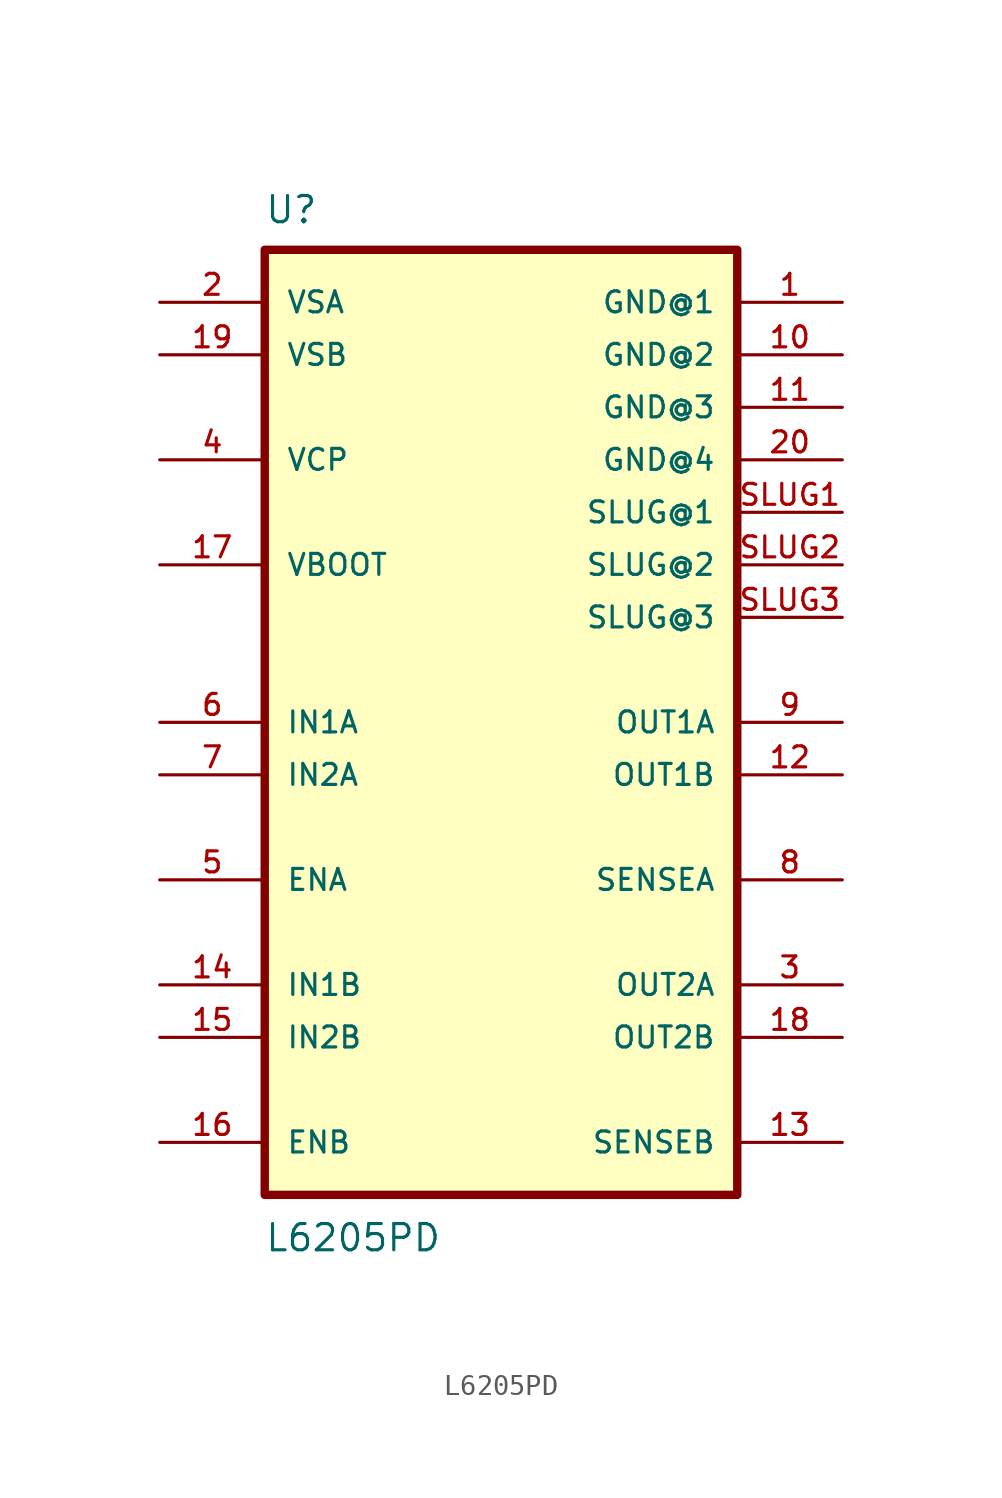
<source format=kicad_sym>
(kicad_symbol_lib
  (version 20210619)
  (generator kicad_symbol_editor)
  (symbol "L6205PD:L6205PD"
    (pin_names
      (offset 1.016))
    (property "Reference" "U"
      (at -10.185 24.054 0)
      (effects (font (size 1.27 1.27)) (justify left bottom)))
    (property "Value" "L6205PD"
      (at -10.185 -25.679 0)
      (effects (font (size 1.27 1.27)) (justify left bottom)))
    (symbol "L6205PD_0_0"
      (rectangle (start -10.16 -22.86) (end 12.7 22.86) (stroke (width 0.406)) (fill (type background)))
      (pin power_in line (at 17.78 20.32 180) (length 5.08) (name "GND@1" (effects (font (size 1.016 1.016)))) (number "1" (effects (font (size 1.016 1.016)))))
      (pin power_in line (at 17.78 17.78 180) (length 5.08) (name "GND@2" (effects (font (size 1.016 1.016)))) (number "10" (effects (font (size 1.016 1.016)))))
      (pin power_in line (at 17.78 15.24 180) (length 5.08) (name "GND@3" (effects (font (size 1.016 1.016)))) (number "11" (effects (font (size 1.016 1.016)))))
      (pin output line (at 17.78 -2.54 180) (length 5.08) (name "OUT1B" (effects (font (size 1.016 1.016)))) (number "12" (effects (font (size 1.016 1.016)))))
      (pin power_in line (at 17.78 -20.32 180) (length 5.08) (name "SENSEB" (effects (font (size 1.016 1.016)))) (number "13" (effects (font (size 1.016 1.016)))))
      (pin input line (at -15.24 -12.7 0) (length 5.08) (name "IN1B" (effects (font (size 1.016 1.016)))) (number "14" (effects (font (size 1.016 1.016)))))
      (pin input line (at -15.24 -15.24 0) (length 5.08) (name "IN2B" (effects (font (size 1.016 1.016)))) (number "15" (effects (font (size 1.016 1.016)))))
      (pin bidirectional line (at -15.24 -20.32 0) (length 5.08) (name "ENB" (effects (font (size 1.016 1.016)))) (number "16" (effects (font (size 1.016 1.016)))))
      (pin passive line (at -15.24 7.62 0) (length 5.08) (name "VBOOT" (effects (font (size 1.016 1.016)))) (number "17" (effects (font (size 1.016 1.016)))))
      (pin output line (at 17.78 -15.24 180) (length 5.08) (name "OUT2B" (effects (font (size 1.016 1.016)))) (number "18" (effects (font (size 1.016 1.016)))))
      (pin power_in line (at -15.24 17.78 0) (length 5.08) (name "VSB" (effects (font (size 1.016 1.016)))) (number "19" (effects (font (size 1.016 1.016)))))
      (pin power_in line (at -15.24 20.32 0) (length 5.08) (name "VSA" (effects (font (size 1.016 1.016)))) (number "2" (effects (font (size 1.016 1.016)))))
      (pin power_in line (at 17.78 12.7 180) (length 5.08) (name "GND@4" (effects (font (size 1.016 1.016)))) (number "20" (effects (font (size 1.016 1.016)))))
      (pin output line (at 17.78 -12.7 180) (length 5.08) (name "OUT2A" (effects (font (size 1.016 1.016)))) (number "3" (effects (font (size 1.016 1.016)))))
      (pin passive line (at -15.24 12.7 0) (length 5.08) (name "VCP" (effects (font (size 1.016 1.016)))) (number "4" (effects (font (size 1.016 1.016)))))
      (pin bidirectional line (at -15.24 -7.62 0) (length 5.08) (name "ENA" (effects (font (size 1.016 1.016)))) (number "5" (effects (font (size 1.016 1.016)))))
      (pin input line (at -15.24 0 0) (length 5.08) (name "IN1A" (effects (font (size 1.016 1.016)))) (number "6" (effects (font (size 1.016 1.016)))))
      (pin input line (at -15.24 -2.54 0) (length 5.08) (name "IN2A" (effects (font (size 1.016 1.016)))) (number "7" (effects (font (size 1.016 1.016)))))
      (pin power_in line (at 17.78 -7.62 180) (length 5.08) (name "SENSEA" (effects (font (size 1.016 1.016)))) (number "8" (effects (font (size 1.016 1.016)))))
      (pin output line (at 17.78 0 180) (length 5.08) (name "OUT1A" (effects (font (size 1.016 1.016)))) (number "9" (effects (font (size 1.016 1.016)))))
      (pin power_in line (at 17.78 10.16 180) (length 5.08) (name "SLUG@1" (effects (font (size 1.016 1.016)))) (number "SLUG1" (effects (font (size 1.016 1.016)))))
      (pin power_in line (at 17.78 7.62 180) (length 5.08) (name "SLUG@2" (effects (font (size 1.016 1.016)))) (number "SLUG2" (effects (font (size 1.016 1.016)))))
      (pin power_in line (at 17.78 5.08 180) (length 5.08) (name "SLUG@3" (effects (font (size 1.016 1.016)))) (number "SLUG3" (effects (font (size 1.016 1.016))))))))
</source>
